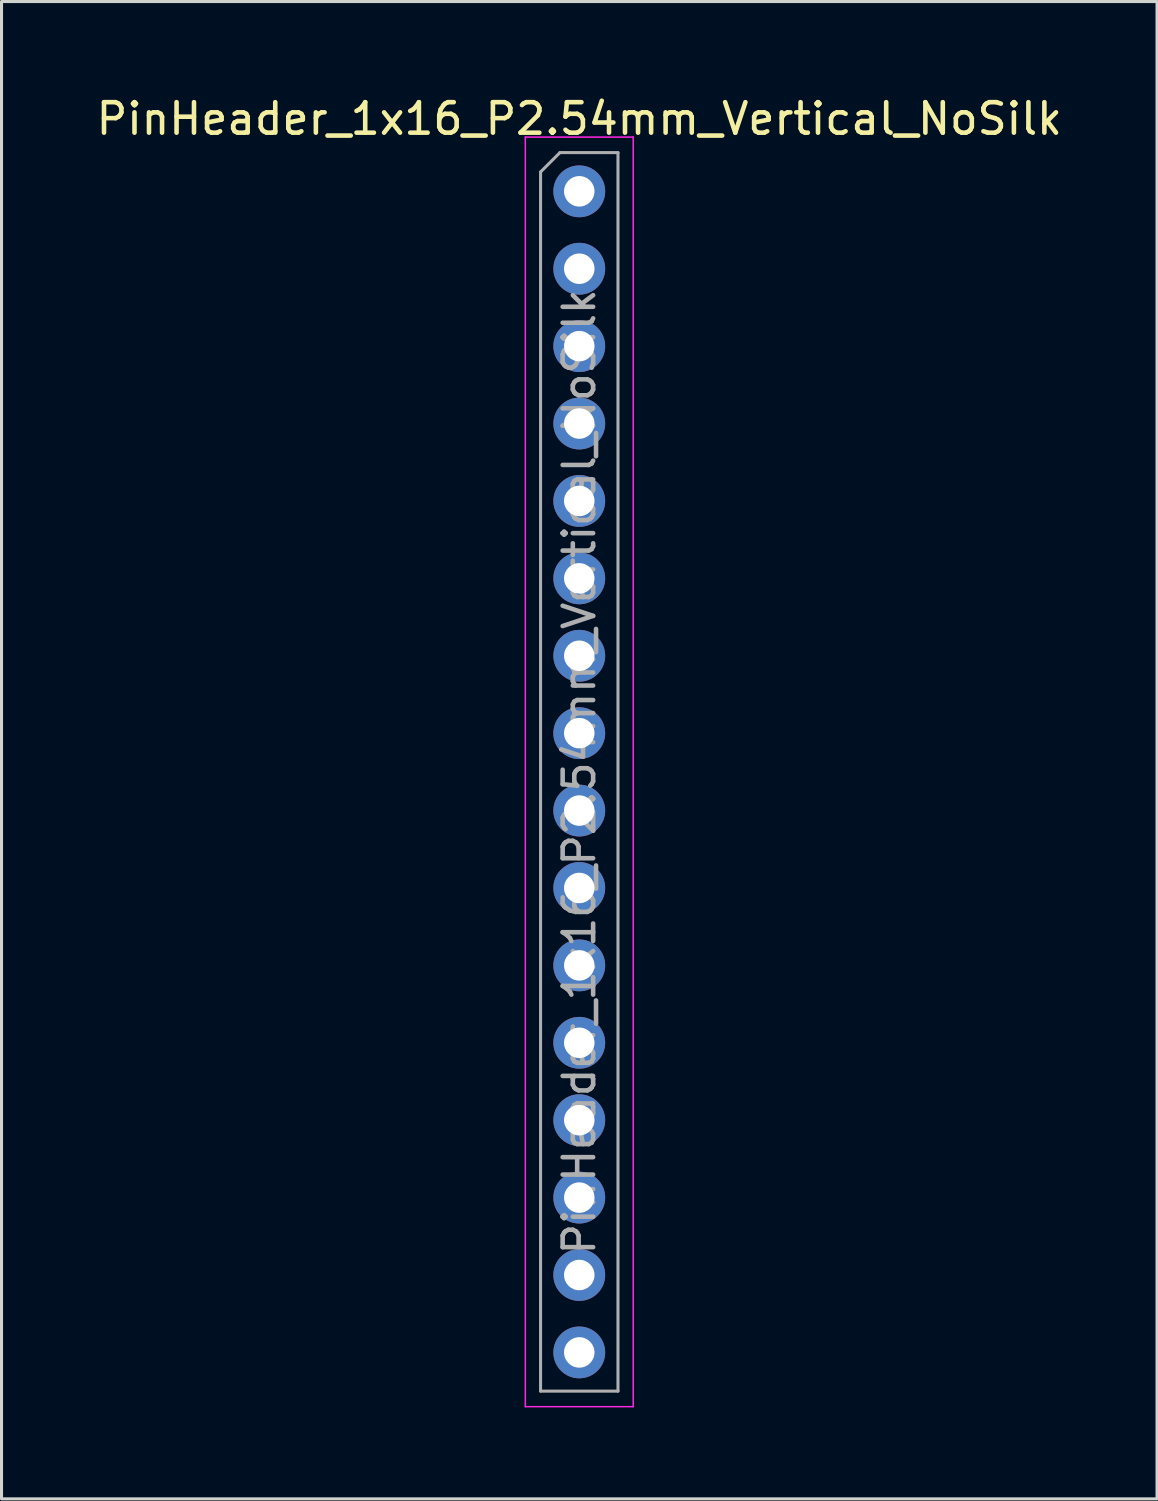
<source format=kicad_pcb>
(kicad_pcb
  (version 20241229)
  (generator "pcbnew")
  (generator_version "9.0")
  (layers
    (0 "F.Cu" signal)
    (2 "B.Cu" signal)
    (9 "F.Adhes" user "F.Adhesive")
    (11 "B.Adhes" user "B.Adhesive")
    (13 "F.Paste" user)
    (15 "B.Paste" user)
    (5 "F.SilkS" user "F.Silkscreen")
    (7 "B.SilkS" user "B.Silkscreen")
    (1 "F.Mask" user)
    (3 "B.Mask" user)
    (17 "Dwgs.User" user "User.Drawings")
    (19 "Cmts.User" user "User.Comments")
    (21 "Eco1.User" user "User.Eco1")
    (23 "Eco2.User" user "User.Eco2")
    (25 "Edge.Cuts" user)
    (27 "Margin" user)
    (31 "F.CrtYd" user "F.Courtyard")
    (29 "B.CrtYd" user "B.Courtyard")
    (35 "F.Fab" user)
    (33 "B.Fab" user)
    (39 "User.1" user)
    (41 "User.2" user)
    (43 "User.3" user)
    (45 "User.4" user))
  (footprint "PinHeader_1x16_P2.54mm_Vertical_NoSilk"
    (layer "F.Cu")
    (at 15.958 3.228)
    (property "Reference" "PinHeader_1x16_P2.54mm_Vertical_NoSilk" (at 0 -2.38 0) (layer "F.SilkS") (effects (font (size 1 1) (thickness 0.15))))
    (attr through_hole)
    (fp_line (start -1.77 -1.78) (end -1.77 39.88) (stroke (width 0.05) (type solid)) (layer "F.CrtYd"))
    (fp_line (start -1.77 39.88) (end 1.77 39.88) (stroke (width 0.05) (type solid)) (layer "F.CrtYd"))
    (fp_line (start 1.77 -1.78) (end -1.77 -1.78) (stroke (width 0.05) (type solid)) (layer "F.CrtYd"))
    (fp_line (start 1.77 39.88) (end 1.77 -1.78) (stroke (width 0.05) (type solid)) (layer "F.CrtYd"))
    (fp_line (start -1.27 -0.635) (end -0.635 -1.27) (stroke (width 0.1) (type solid)) (layer "F.Fab"))
    (fp_line (start -1.27 39.37) (end -1.27 -0.635) (stroke (width 0.1) (type solid)) (layer "F.Fab"))
    (fp_line (start -0.635 -1.27) (end 1.27 -1.27) (stroke (width 0.1) (type solid)) (layer "F.Fab"))
    (fp_line (start 1.27 -1.27) (end 1.27 39.37) (stroke (width 0.1) (type solid)) (layer "F.Fab"))
    (fp_line (start 1.27 39.37) (end -1.27 39.37) (stroke (width 0.1) (type solid)) (layer "F.Fab"))
    (fp_text user "${REFERENCE}" (at 0 19.05 90) (layer "F.Fab") (effects (font (size 1 1) (thickness 0.15))))
    (pad "1" thru_hole circle (at 0 0) (size 1.7 1.7) (drill 1) (layers "*.Cu" "*.Mask"))
    (pad "2" thru_hole circle (at 0 2.54) (size 1.7 1.7) (drill 1) (layers "*.Cu" "*.Mask"))
    (pad "3" thru_hole circle (at 0 5.08) (size 1.7 1.7) (drill 1) (layers "*.Cu" "*.Mask"))
    (pad "4" thru_hole circle (at 0 7.62) (size 1.7 1.7) (drill 1) (layers "*.Cu" "*.Mask"))
    (pad "5" thru_hole circle (at 0 10.16) (size 1.7 1.7) (drill 1) (layers "*.Cu" "*.Mask"))
    (pad "6" thru_hole circle (at 0 12.7) (size 1.7 1.7) (drill 1) (layers "*.Cu" "*.Mask"))
    (pad "7" thru_hole circle (at 0 15.24) (size 1.7 1.7) (drill 1) (layers "*.Cu" "*.Mask"))
    (pad "8" thru_hole circle (at 0 17.78) (size 1.7 1.7) (drill 1) (layers "*.Cu" "*.Mask"))
    (pad "9" thru_hole circle (at 0 20.32) (size 1.7 1.7) (drill 1) (layers "*.Cu" "*.Mask"))
    (pad "10" thru_hole circle (at 0 22.86) (size 1.7 1.7) (drill 1) (layers "*.Cu" "*.Mask"))
    (pad "11" thru_hole circle (at 0 25.4) (size 1.7 1.7) (drill 1) (layers "*.Cu" "*.Mask"))
    (pad "12" thru_hole circle (at 0 27.94) (size 1.7 1.7) (drill 1) (layers "*.Cu" "*.Mask"))
    (pad "13" thru_hole circle (at 0 30.48) (size 1.7 1.7) (drill 1) (layers "*.Cu" "*.Mask"))
    (pad "14" thru_hole circle (at 0 33.02) (size 1.7 1.7) (drill 1) (layers "*.Cu" "*.Mask"))
    (pad "15" thru_hole circle (at 0 35.56) (size 1.7 1.7) (drill 1) (layers "*.Cu" "*.Mask"))
    (pad "16" thru_hole circle (at 0 38.1) (size 1.7 1.7) (drill 1) (layers "*.Cu" "*.Mask")))
  (gr_rect
    (start -3 -3)
    (end 34.917 46.133)
    (stroke (width 0.1) (type default))
    (fill no)
    (layer "Edge.Cuts")))
</source>
